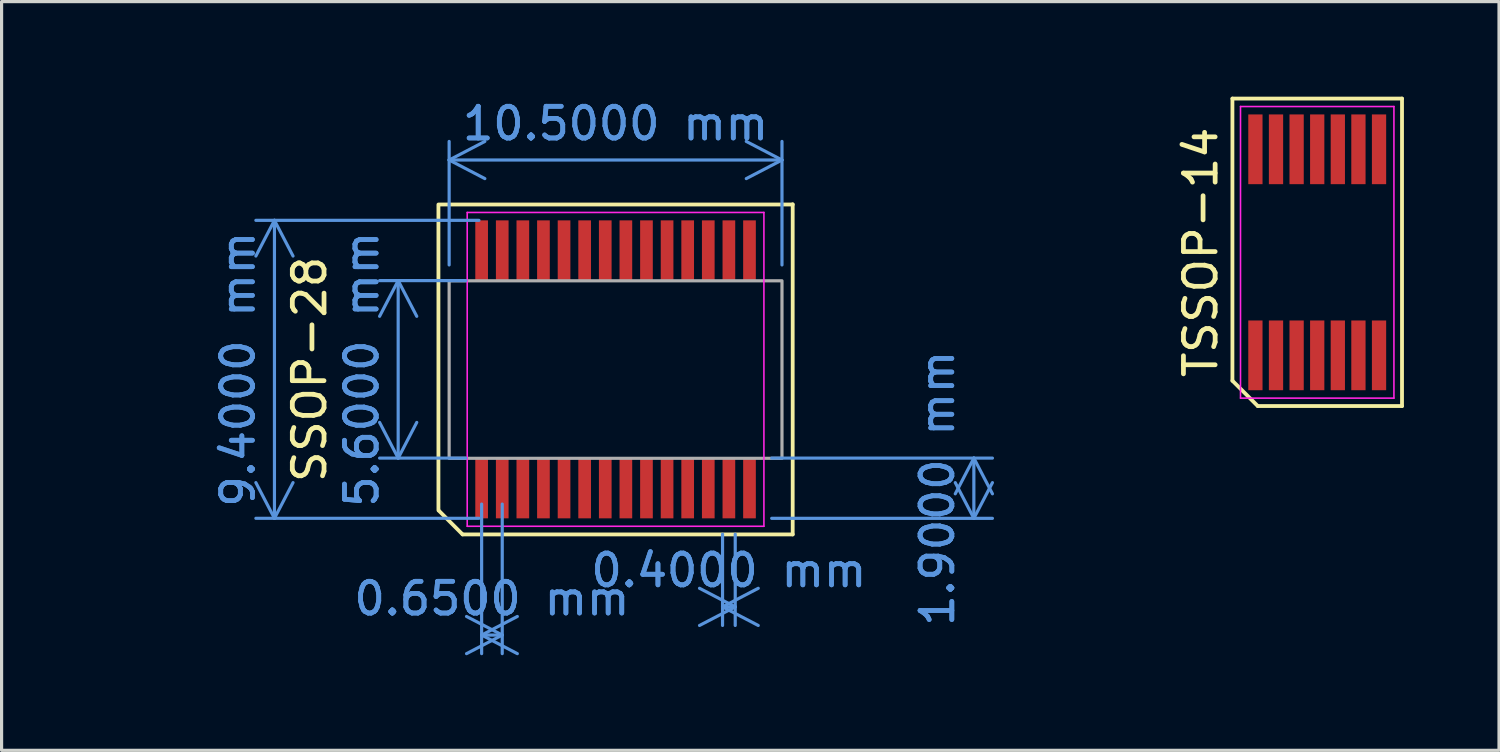
<source format=kicad_pcb>
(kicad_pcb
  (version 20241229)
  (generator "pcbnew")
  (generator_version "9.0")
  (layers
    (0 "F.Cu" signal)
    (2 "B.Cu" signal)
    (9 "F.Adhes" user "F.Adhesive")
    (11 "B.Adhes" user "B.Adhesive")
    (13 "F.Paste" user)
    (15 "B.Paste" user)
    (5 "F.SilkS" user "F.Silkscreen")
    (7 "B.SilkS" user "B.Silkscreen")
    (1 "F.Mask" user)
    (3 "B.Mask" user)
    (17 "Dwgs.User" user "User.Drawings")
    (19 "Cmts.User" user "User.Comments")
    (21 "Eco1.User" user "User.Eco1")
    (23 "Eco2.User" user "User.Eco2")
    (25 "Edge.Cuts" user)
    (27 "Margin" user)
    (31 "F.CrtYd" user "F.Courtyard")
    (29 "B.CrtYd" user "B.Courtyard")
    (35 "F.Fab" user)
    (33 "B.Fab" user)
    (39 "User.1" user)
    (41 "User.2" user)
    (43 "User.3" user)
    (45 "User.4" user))
  (footprint "SSOP-28"
    (layer "F.Cu")
    (at 16.369 8.602)
    (property "Reference" "SSOP-28" (at -9.652 0 90) (unlocked yes) (layer "F.SilkS") (effects (font (size 1 1) (thickness 0.15))))
    (attr smd)
    (fp_line (start -5.588 -5.2) (end 5.588 -5.2) (stroke (width 0.12) (type default)) (layer "F.SilkS"))
    (fp_line (start -5.588 4.445) (end -5.588 -5.155) (stroke (width 0.12) (type default)) (layer "F.SilkS"))
    (fp_line (start -4.826 5.207) (end -5.571 4.462) (stroke (width 0.12) (type default)) (layer "F.SilkS"))
    (fp_line (start 5.588 -5.207) (end 5.588 5.207) (stroke (width 0.12) (type default)) (layer "F.SilkS"))
    (fp_line (start 5.588 5.207) (end -4.826 5.207) (stroke (width 0.12) (type default)) (layer "F.SilkS"))
    (fp_line (start -4.68 -4.95) (end 4.68 -4.95) (stroke (width 0.05) (type default)) (layer "F.CrtYd"))
    (fp_line (start -4.68 4.95) (end -4.68 -4.95) (stroke (width 0.05) (type default)) (layer "F.CrtYd"))
    (fp_line (start 4.68 -4.95) (end 4.68 4.95) (stroke (width 0.05) (type default)) (layer "F.CrtYd"))
    (fp_line (start 4.68 4.95) (end -4.68 4.95) (stroke (width 0.05) (type default)) (layer "F.CrtYd"))
    (fp_rect (start -5.25 -2.794) (end 5.25 2.806) (stroke (width 0.1) (type default)) (fill no) (layer "F.Fab"))
    (dimension (type aligned) (layer "Cmts.User") (pts (xy 12.144 5.802) (xy 12.144 11.402)) (height 2.633) (format (prefix "") (suffix "") (units 3) (units_format 1) (precision 4)) (style (thickness 0.1) (arrow_length 1.27) (text_position_mode 0) (arrow_direction outward) (extension_height 0.586) (extension_offset 0.5) (keep_text_aligned yes)) (gr_text "5.6000 mm" (at 8.361 8.602 90) (layer "Cmts.User") (effects (font (size 1 1) (thickness 0.15)))))
    (dimension (type aligned) (layer "Cmts.User") (pts (xy 19.744 13.302) (xy 20.144 13.302)) (height 2.793) (format (prefix "") (suffix "") (units 3) (units_format 1) (precision 4)) (style (thickness 0.1) (arrow_length 1.27) (text_position_mode 0) (arrow_direction outward) (extension_height 0.586) (extension_offset 0.5) (keep_text_aligned yes)) (gr_text "0.4000 mm" (at 19.944 14.945 0) (layer "Cmts.User") (effects (font (size 1 1) (thickness 0.15)))))
    (dimension (type aligned) (layer "Cmts.User") (pts (xy 12.144 12.352) (xy 12.794 12.352)) (height 4.632) (format (prefix "") (suffix "") (units 3) (units_format 1) (precision 4)) (style (thickness 0.1) (arrow_length 1.27) (text_position_mode 0) (arrow_direction outward) (extension_height 0.586) (extension_offset 0.5) (keep_text_aligned yes)) (gr_text "0.6500 mm" (at 12.469 15.834 0) (layer "Cmts.User") (effects (font (size 1 1) (thickness 0.15)))))
    (dimension (type aligned) (layer "Cmts.User") (pts (xy 12.559 3.901) (xy 12.559 13.301)) (height 6.951) (format (prefix "") (suffix "") (units 3) (units_format 1) (precision 4)) (style (thickness 0.1) (arrow_length 1.27) (text_position_mode 0) (arrow_direction outward) (extension_height 0.586) (extension_offset 0.5) (keep_text_aligned yes)) (gr_text "9.4000 mm" (at 4.458 8.601 90) (layer "Cmts.User") (effects (font (size 1 1) (thickness 0.15)))))
    (dimension (type aligned) (layer "Cmts.User") (pts (xy 11.119 5.808) (xy 21.619 5.808)) (height -3.81) (format (prefix "") (suffix "") (units 3) (units_format 1) (precision 4)) (style (thickness 0.1) (arrow_length 1.27) (text_position_mode 0) (arrow_direction outward) (extension_height 0.586) (extension_offset 0.5) (keep_text_aligned yes)) (gr_text "10.5000 mm" (at 16.369 0.848 0) (layer "Cmts.User") (effects (font (size 1 1) (thickness 0.15)))))
    (dimension (type orthogonal) (layer "Cmts.User") (pts (xy 20.794 11.402) (xy 20.794 13.302)) (height 6.878) (orientation 1) (format (prefix "") (suffix "") (units 3) (units_format 1) (precision 4)) (style (thickness 0.1) (arrow_length 1.27) (text_position_mode 0) (arrow_direction outward) (extension_height 0.586) (extension_offset 0.5) (keep_text_aligned yes)) (gr_text "1.9000 mm" (at 26.522 12.352 90) (layer "Cmts.User") (effects (font (size 1 1) (thickness 0.15)))))
    (pad "1" smd rect (at -4.225 3.75) (size 0.4 1.9) (layers "F.Cu" "F.Mask" "F.Paste"))
    (pad "2" smd rect (at -3.575 3.75) (size 0.4 1.9) (layers "F.Cu" "F.Mask" "F.Paste"))
    (pad "3" smd rect (at -2.925 3.75) (size 0.4 1.9) (layers "F.Cu" "F.Mask" "F.Paste"))
    (pad "4" smd rect (at -2.275 3.75) (size 0.4 1.9) (layers "F.Cu" "F.Mask" "F.Paste"))
    (pad "5" smd rect (at -1.625 3.75) (size 0.4 1.9) (layers "F.Cu" "F.Mask" "F.Paste"))
    (pad "6" smd rect (at -0.975 3.75) (size 0.4 1.9) (layers "F.Cu" "F.Mask" "F.Paste"))
    (pad "7" smd rect (at -0.325 3.75) (size 0.4 1.9) (layers "F.Cu" "F.Mask" "F.Paste"))
    (pad "8" smd rect (at 0.325 3.75) (size 0.4 1.9) (layers "F.Cu" "F.Mask" "F.Paste"))
    (pad "9" smd rect (at 0.975 3.75) (size 0.4 1.9) (layers "F.Cu" "F.Mask" "F.Paste"))
    (pad "10" smd rect (at 1.625 3.75) (size 0.4 1.9) (layers "F.Cu" "F.Mask" "F.Paste"))
    (pad "11" smd rect (at 2.275 3.75) (size 0.4 1.9) (layers "F.Cu" "F.Mask" "F.Paste"))
    (pad "12" smd rect (at 2.925 3.75) (size 0.4 1.9) (layers "F.Cu" "F.Mask" "F.Paste"))
    (pad "13" smd rect (at 3.575 3.75) (size 0.4 1.9) (layers "F.Cu" "F.Mask" "F.Paste"))
    (pad "14" smd rect (at 4.225 3.75) (size 0.4 1.9) (layers "F.Cu" "F.Mask" "F.Paste"))
    (pad "15" smd rect (at 4.225 -3.75) (size 0.4 1.9) (layers "F.Cu" "F.Mask" "F.Paste"))
    (pad "16" smd rect (at 3.575 -3.75) (size 0.4 1.9) (layers "F.Cu" "F.Mask" "F.Paste"))
    (pad "17" smd rect (at 2.925 -3.75) (size 0.4 1.9) (layers "F.Cu" "F.Mask" "F.Paste"))
    (pad "18" smd rect (at 2.275 -3.75) (size 0.4 1.9) (layers "F.Cu" "F.Mask" "F.Paste"))
    (pad "19" smd rect (at 1.625 -3.75) (size 0.4 1.9) (layers "F.Cu" "F.Mask" "F.Paste"))
    (pad "20" smd rect (at 0.975 -3.75) (size 0.4 1.9) (layers "F.Cu" "F.Mask" "F.Paste"))
    (pad "21" smd rect (at 0.325 -3.75) (size 0.4 1.9) (layers "F.Cu" "F.Mask" "F.Paste"))
    (pad "22" smd rect (at -0.325 -3.75) (size 0.4 1.9) (layers "F.Cu" "F.Mask" "F.Paste"))
    (pad "23" smd rect (at -0.975 -3.75) (size 0.4 1.9) (layers "F.Cu" "F.Mask" "F.Paste"))
    (pad "24" smd rect (at -1.625 -3.75) (size 0.4 1.9) (layers "F.Cu" "F.Mask" "F.Paste"))
    (pad "25" smd rect (at -2.275 -3.75) (size 0.4 1.9) (layers "F.Cu" "F.Mask" "F.Paste"))
    (pad "26" smd rect (at -2.925 -3.75) (size 0.4 1.9) (layers "F.Cu" "F.Mask" "F.Paste"))
    (pad "27" smd rect (at -3.575 -3.75) (size 0.4 1.9) (layers "F.Cu" "F.Mask" "F.Paste"))
    (pad "28" smd rect (at -4.225 -3.75) (size 0.4 1.9) (layers "F.Cu" "F.Mask" "F.Paste")))
  (footprint "TSSOP-14"
    (layer "F.Cu")
    (at 38.504 4.91)
    (property "Reference" "TSSOP-14" (at -3.675 0 90) (unlocked yes) (layer "F.SilkS") (effects (font (size 1 1) (thickness 0.15))))
    (attr smd)
    (fp_line (start -2.675 -4.85) (end 2.675 -4.85) (stroke (width 0.12) (type default)) (layer "F.SilkS"))
    (fp_line (start -2.675 4.05) (end -2.675 -4.85) (stroke (width 0.12) (type default)) (layer "F.SilkS"))
    (fp_line (start -1.875 4.85) (end -2.675 4.05) (stroke (width 0.12) (type default)) (layer "F.SilkS"))
    (fp_line (start 2.675 -4.85) (end 2.675 4.85) (stroke (width 0.12) (type default)) (layer "F.SilkS"))
    (fp_line (start 2.675 4.85) (end -1.875 4.85) (stroke (width 0.12) (type default)) (layer "F.SilkS"))
    (fp_line (start -2.42 -4.6) (end 2.42 -4.6) (stroke (width 0.05) (type default)) (layer "F.CrtYd"))
    (fp_line (start -2.42 4.6) (end -2.42 -4.6) (stroke (width 0.05) (type default)) (layer "F.CrtYd"))
    (fp_line (start 2.42 -4.6) (end 2.42 4.6) (stroke (width 0.05) (type default)) (layer "F.CrtYd"))
    (fp_line (start 2.42 4.6) (end -2.42 4.6) (stroke (width 0.05) (type default)) (layer "F.CrtYd"))
    (pad "1" smd rect (at -1.95 3.25) (size 0.45 2.2) (layers "F.Cu" "F.Mask" "F.Paste"))
    (pad "2" smd rect (at -1.3 3.25) (size 0.45 2.2) (layers "F.Cu" "F.Mask" "F.Paste"))
    (pad "3" smd rect (at -0.65 3.25) (size 0.45 2.2) (layers "F.Cu" "F.Mask" "F.Paste"))
    (pad "4" smd rect (at 0 3.25) (size 0.45 2.2) (layers "F.Cu" "F.Mask" "F.Paste"))
    (pad "5" smd rect (at 0.65 3.25) (size 0.45 2.2) (layers "F.Cu" "F.Mask" "F.Paste"))
    (pad "6" smd rect (at 1.3 3.25) (size 0.45 2.2) (layers "F.Cu" "F.Mask" "F.Paste"))
    (pad "7" smd rect (at 1.95 3.25) (size 0.45 2.2) (layers "F.Cu" "F.Mask" "F.Paste"))
    (pad "8" smd rect (at 1.95 -3.25) (size 0.45 2.2) (layers "F.Cu" "F.Mask" "F.Paste"))
    (pad "9" smd rect (at 1.3 -3.25) (size 0.45 2.2) (layers "F.Cu" "F.Mask" "F.Paste"))
    (pad "10" smd rect (at 0.65 -3.25) (size 0.45 2.2) (layers "F.Cu" "F.Mask" "F.Paste"))
    (pad "11" smd rect (at 0 -3.25) (size 0.45 2.2) (layers "F.Cu" "F.Mask" "F.Paste"))
    (pad "12" smd rect (at -0.65 -3.25) (size 0.45 2.2) (layers "F.Cu" "F.Mask" "F.Paste"))
    (pad "13" smd rect (at -1.3 -3.25) (size 0.45 2.2) (layers "F.Cu" "F.Mask" "F.Paste"))
    (pad "14" smd rect (at -1.95 -3.25) (size 0.45 2.2) (layers "F.Cu" "F.Mask" "F.Paste")))
  (gr_rect
    (start -3 -3)
    (end 44.239 20.621)
    (stroke (width 0.1) (type default))
    (fill no)
    (layer "Edge.Cuts")))
</source>
